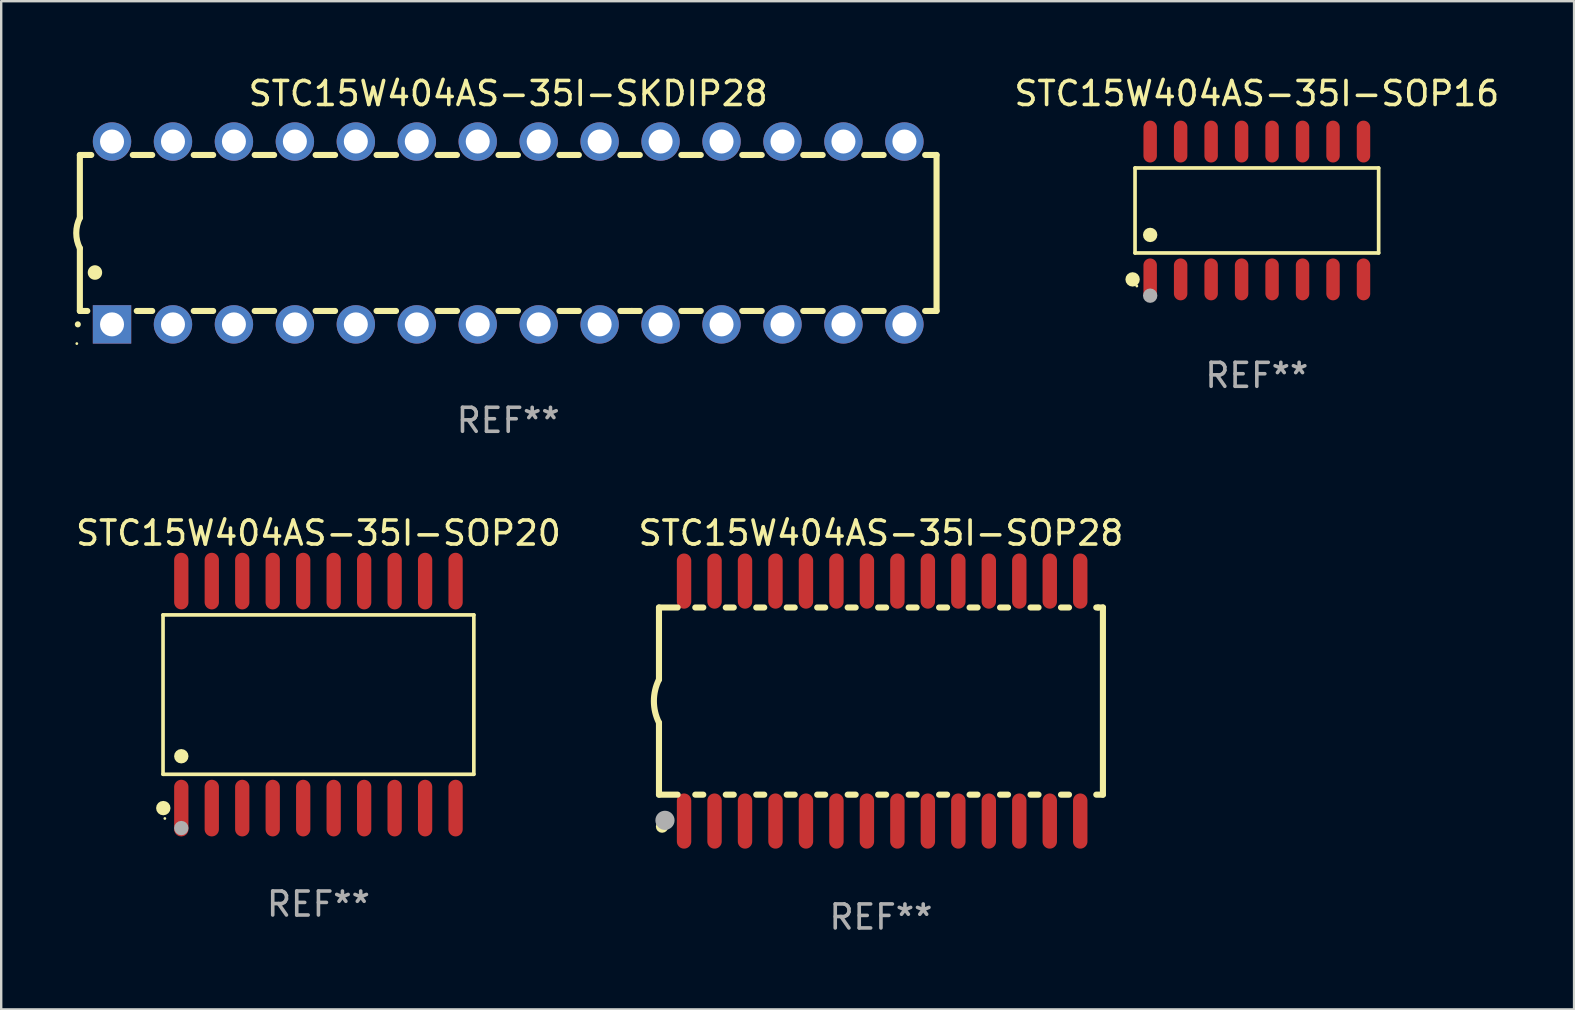
<source format=kicad_pcb>
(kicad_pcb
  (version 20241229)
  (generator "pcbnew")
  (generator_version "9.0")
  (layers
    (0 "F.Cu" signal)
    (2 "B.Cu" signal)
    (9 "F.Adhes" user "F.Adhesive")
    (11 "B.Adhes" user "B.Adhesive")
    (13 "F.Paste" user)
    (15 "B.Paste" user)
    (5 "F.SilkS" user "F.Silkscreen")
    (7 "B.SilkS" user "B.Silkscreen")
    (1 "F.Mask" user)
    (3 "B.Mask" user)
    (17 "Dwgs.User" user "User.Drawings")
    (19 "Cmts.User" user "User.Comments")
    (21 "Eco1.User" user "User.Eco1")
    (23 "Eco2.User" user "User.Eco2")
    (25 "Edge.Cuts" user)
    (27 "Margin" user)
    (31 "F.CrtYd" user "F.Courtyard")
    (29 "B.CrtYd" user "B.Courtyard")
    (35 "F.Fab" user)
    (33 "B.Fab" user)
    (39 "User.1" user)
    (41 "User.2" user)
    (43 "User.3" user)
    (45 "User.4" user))
  (footprint "STC15W404AS-35I-SOP16"
    (layer "F.Cu")
    (at 49.325 5.721)
    (property "Reference" "STC15W404AS-35I-SOP16" (at 0 -4.872 0) (layer "F.SilkS") (effects (font (size 1 1) (thickness 0.15))))
    (attr through_hole)
    (fp_line (start -5.076 -1.771) (end 5.076 -1.771) (stroke (width 0.152) (type solid)) (layer "F.SilkS"))
    (fp_line (start -5.076 1.771) (end -5.076 -1.771) (stroke (width 0.152) (type solid)) (layer "F.SilkS"))
    (fp_line (start 5.076 -1.771) (end 5.076 1.771) (stroke (width 0.152) (type solid)) (layer "F.SilkS"))
    (fp_line (start 5.076 1.771) (end -5.076 1.771) (stroke (width 0.152) (type solid)) (layer "F.SilkS"))
    (fp_circle (center -5.177 2.872) (end -5.027 2.872) (stroke (width 0.3) (type solid)) (fill no) (layer "F.SilkS"))
    (fp_circle (center -5 3.15) (end -4.97 3.15) (stroke (width 0.06) (type solid)) (fill no) (layer "F.SilkS"))
    (fp_circle (center -4.445 1.019) (end -4.295 1.019) (stroke (width 0.3) (type solid)) (fill no) (layer "F.SilkS"))
    (fp_circle (center -4.445 3.55) (end -4.295 3.55) (stroke (width 0.3) (type solid)) (fill no) (layer "F.Fab"))
    (fp_text user "REF**" (at 0 6.872 0) (layer "F.Fab") (effects (font (size 1 1) (thickness 0.15))))
    (pad "1" smd oval (at -4.445 2.872) (size 0.56 1.745) (layers "F.Cu" "F.Mask" "F.Paste"))
    (pad "2" smd oval (at -3.175 2.872) (size 0.56 1.745) (layers "F.Cu" "F.Mask" "F.Paste"))
    (pad "3" smd oval (at -1.905 2.872) (size 0.56 1.745) (layers "F.Cu" "F.Mask" "F.Paste"))
    (pad "4" smd oval (at -0.635 2.872) (size 0.56 1.745) (layers "F.Cu" "F.Mask" "F.Paste"))
    (pad "5" smd oval (at 0.635 2.872) (size 0.56 1.745) (layers "F.Cu" "F.Mask" "F.Paste"))
    (pad "6" smd oval (at 1.905 2.872) (size 0.56 1.745) (layers "F.Cu" "F.Mask" "F.Paste"))
    (pad "7" smd oval (at 3.175 2.872) (size 0.56 1.745) (layers "F.Cu" "F.Mask" "F.Paste"))
    (pad "8" smd oval (at 4.445 2.872) (size 0.56 1.745) (layers "F.Cu" "F.Mask" "F.Paste"))
    (pad "9" smd oval (at 4.445 -2.872) (size 0.56 1.745) (layers "F.Cu" "F.Mask" "F.Paste"))
    (pad "10" smd oval (at 3.175 -2.872) (size 0.56 1.745) (layers "F.Cu" "F.Mask" "F.Paste"))
    (pad "11" smd oval (at 1.905 -2.872) (size 0.56 1.745) (layers "F.Cu" "F.Mask" "F.Paste"))
    (pad "12" smd oval (at 0.635 -2.872) (size 0.56 1.745) (layers "F.Cu" "F.Mask" "F.Paste"))
    (pad "13" smd oval (at -0.635 -2.872) (size 0.56 1.745) (layers "F.Cu" "F.Mask" "F.Paste"))
    (pad "14" smd oval (at -1.905 -2.872) (size 0.56 1.745) (layers "F.Cu" "F.Mask" "F.Paste"))
    (pad "15" smd oval (at -3.175 -2.872) (size 0.56 1.745) (layers "F.Cu" "F.Mask" "F.Paste"))
    (pad "16" smd oval (at -4.445 -2.872) (size 0.56 1.745) (layers "F.Cu" "F.Mask" "F.Paste")))
  (footprint "STC15W404AS-35I-SOP28"
    (layer "F.Cu")
    (at 33.661 26.165)
    (property "Reference" "STC15W404AS-35I-SOP28" (at 0 -7 0) (layer "F.SilkS") (effects (font (size 1 1) (thickness 0.15))))
    (attr through_hole)
    (fp_line (start -9.25 -3.9) (end -9.25 -0.9) (stroke (width 0.254) (type solid)) (layer "F.SilkS"))
    (fp_line (start -9.25 -3.9) (end -8.473 -3.9) (stroke (width 0.254) (type solid)) (layer "F.SilkS"))
    (fp_line (start -9.25 3.9) (end -9.25 0.9) (stroke (width 0.254) (type solid)) (layer "F.SilkS"))
    (fp_line (start -9.25 3.9) (end -8.473 3.9) (stroke (width 0.254) (type solid)) (layer "F.SilkS"))
    (fp_line (start -7.737 -3.9) (end -7.403 -3.9) (stroke (width 0.254) (type solid)) (layer "F.SilkS"))
    (fp_line (start -7.737 3.9) (end -7.403 3.9) (stroke (width 0.254) (type solid)) (layer "F.SilkS"))
    (fp_line (start -6.467 3.9) (end -6.133 3.9) (stroke (width 0.254) (type solid)) (layer "F.SilkS"))
    (fp_line (start -6.467 -3.9) (end -6.133 -3.9) (stroke (width 0.254) (type solid)) (layer "F.SilkS"))
    (fp_line (start -5.197 3.9) (end -4.863 3.9) (stroke (width 0.254) (type solid)) (layer "F.SilkS"))
    (fp_line (start -5.197 -3.9) (end -4.863 -3.9) (stroke (width 0.254) (type solid)) (layer "F.SilkS"))
    (fp_line (start -3.927 3.9) (end -3.593 3.9) (stroke (width 0.254) (type solid)) (layer "F.SilkS"))
    (fp_line (start -3.927 -3.9) (end -3.593 -3.9) (stroke (width 0.254) (type solid)) (layer "F.SilkS"))
    (fp_line (start -2.657 3.9) (end -2.323 3.9) (stroke (width 0.254) (type solid)) (layer "F.SilkS"))
    (fp_line (start -2.657 -3.9) (end -2.323 -3.9) (stroke (width 0.254) (type solid)) (layer "F.SilkS"))
    (fp_line (start -1.387 3.9) (end -1.053 3.9) (stroke (width 0.254) (type solid)) (layer "F.SilkS"))
    (fp_line (start -1.387 -3.9) (end -1.053 -3.9) (stroke (width 0.254) (type solid)) (layer "F.SilkS"))
    (fp_line (start -0.117 3.9) (end 0.217 3.9) (stroke (width 0.254) (type solid)) (layer "F.SilkS"))
    (fp_line (start -0.117 -3.9) (end 0.217 -3.9) (stroke (width 0.254) (type solid)) (layer "F.SilkS"))
    (fp_line (start 1.153 3.9) (end 1.487 3.9) (stroke (width 0.254) (type solid)) (layer "F.SilkS"))
    (fp_line (start 1.153 -3.9) (end 1.487 -3.9) (stroke (width 0.254) (type solid)) (layer "F.SilkS"))
    (fp_line (start 2.423 3.9) (end 2.757 3.9) (stroke (width 0.254) (type solid)) (layer "F.SilkS"))
    (fp_line (start 2.423 -3.9) (end 2.757 -3.9) (stroke (width 0.254) (type solid)) (layer "F.SilkS"))
    (fp_line (start 3.693 3.9) (end 4.027 3.9) (stroke (width 0.254) (type solid)) (layer "F.SilkS"))
    (fp_line (start 3.693 -3.9) (end 4.027 -3.9) (stroke (width 0.254) (type solid)) (layer "F.SilkS"))
    (fp_line (start 4.963 3.9) (end 5.297 3.9) (stroke (width 0.254) (type solid)) (layer "F.SilkS"))
    (fp_line (start 4.963 -3.9) (end 5.297 -3.9) (stroke (width 0.254) (type solid)) (layer "F.SilkS"))
    (fp_line (start 6.233 3.9) (end 6.567 3.9) (stroke (width 0.254) (type solid)) (layer "F.SilkS"))
    (fp_line (start 6.233 -3.9) (end 6.567 -3.9) (stroke (width 0.254) (type solid)) (layer "F.SilkS"))
    (fp_line (start 7.503 -3.9) (end 7.837 -3.9) (stroke (width 0.254) (type solid)) (layer "F.SilkS"))
    (fp_line (start 7.503 3.9) (end 7.837 3.9) (stroke (width 0.254) (type solid)) (layer "F.SilkS"))
    (fp_line (start 8.973 -3.9) (end 9.05 -3.9) (stroke (width 0.254) (type solid)) (layer "F.SilkS"))
    (fp_line (start 8.973 3.9) (end 9.25 3.9) (stroke (width 0.254) (type solid)) (layer "F.SilkS"))
    (fp_line (start 9.05 -3.9) (end 9.25 -3.9) (stroke (width 0.254) (type solid)) (layer "F.SilkS"))
    (fp_line (start 9.25 -3.9) (end 9.25 3.9) (stroke (width 0.254) (type solid)) (layer "F.SilkS"))
    (fp_arc (start -9.249619 0.900432) (mid -9.462013 0.000246) (end -9.249873 -0.9) (stroke (width 0.254001) (type solid)) (layer "F.SilkS"))
    (fp_circle (center -9.2 5.3) (end -9.17 5.3) (stroke (width 0.06) (type solid)) (fill no) (layer "F.SilkS"))
    (fp_circle (center -9.12 5.23) (end -8.988 5.23) (stroke (width 0.254) (type solid)) (fill no) (layer "F.SilkS"))
    (fp_circle (center -9 4.97) (end -8.8 4.97) (stroke (width 0.4) (type solid)) (fill no) (layer "F.Fab"))
    (fp_text user "REF**" (at 0 9 0) (layer "F.Fab") (effects (font (size 1 1) (thickness 0.15))))
    (pad "1" smd oval (at -8.205 5) (size 0.6 2.3) (layers "F.Cu" "F.Mask" "F.Paste"))
    (pad "2" smd oval (at -6.935 5) (size 0.6 2.3) (layers "F.Cu" "F.Mask" "F.Paste"))
    (pad "3" smd oval (at -5.665 5) (size 0.6 2.3) (layers "F.Cu" "F.Mask" "F.Paste"))
    (pad "4" smd oval (at -4.395 5) (size 0.6 2.3) (layers "F.Cu" "F.Mask" "F.Paste"))
    (pad "5" smd oval (at -3.125 5) (size 0.6 2.3) (layers "F.Cu" "F.Mask" "F.Paste"))
    (pad "6" smd oval (at -1.855 5) (size 0.6 2.3) (layers "F.Cu" "F.Mask" "F.Paste"))
    (pad "7" smd oval (at -0.585 5) (size 0.6 2.3) (layers "F.Cu" "F.Mask" "F.Paste"))
    (pad "8" smd oval (at 0.685 5) (size 0.6 2.3) (layers "F.Cu" "F.Mask" "F.Paste"))
    (pad "9" smd oval (at 1.955 5) (size 0.6 2.3) (layers "F.Cu" "F.Mask" "F.Paste"))
    (pad "10" smd oval (at 3.225 5) (size 0.6 2.3) (layers "F.Cu" "F.Mask" "F.Paste"))
    (pad "11" smd oval (at 4.495 5) (size 0.6 2.3) (layers "F.Cu" "F.Mask" "F.Paste"))
    (pad "12" smd oval (at 5.765 5) (size 0.6 2.3) (layers "F.Cu" "F.Mask" "F.Paste"))
    (pad "13" smd oval (at 7.035 5) (size 0.6 2.3) (layers "F.Cu" "F.Mask" "F.Paste"))
    (pad "14" smd oval (at 8.305 5) (size 0.6 2.3) (layers "F.Cu" "F.Mask" "F.Paste"))
    (pad "15" smd oval (at 8.305 -5) (size 0.6 2.3) (layers "F.Cu" "F.Mask" "F.Paste"))
    (pad "16" smd oval (at 7.035 -5) (size 0.6 2.3) (layers "F.Cu" "F.Mask" "F.Paste"))
    (pad "17" smd oval (at 5.765 -5) (size 0.6 2.3) (layers "F.Cu" "F.Mask" "F.Paste"))
    (pad "18" smd oval (at 4.495 -5) (size 0.6 2.3) (layers "F.Cu" "F.Mask" "F.Paste"))
    (pad "19" smd oval (at 3.225 -5) (size 0.6 2.3) (layers "F.Cu" "F.Mask" "F.Paste"))
    (pad "20" smd oval (at 1.955 -5) (size 0.6 2.3) (layers "F.Cu" "F.Mask" "F.Paste"))
    (pad "21" smd oval (at 0.685 -5) (size 0.6 2.3) (layers "F.Cu" "F.Mask" "F.Paste"))
    (pad "22" smd oval (at -0.585 -5) (size 0.6 2.3) (layers "F.Cu" "F.Mask" "F.Paste"))
    (pad "23" smd oval (at -1.855 -5) (size 0.6 2.3) (layers "F.Cu" "F.Mask" "F.Paste"))
    (pad "24" smd oval (at -3.125 -5) (size 0.6 2.3) (layers "F.Cu" "F.Mask" "F.Paste"))
    (pad "25" smd oval (at -4.395 -5) (size 0.6 2.3) (layers "F.Cu" "F.Mask" "F.Paste"))
    (pad "26" smd oval (at -5.665 -5) (size 0.6 2.3) (layers "F.Cu" "F.Mask" "F.Paste"))
    (pad "27" smd oval (at -6.935 -5) (size 0.6 2.3) (layers "F.Cu" "F.Mask" "F.Paste"))
    (pad "28" smd oval (at -8.205 -5) (size 0.6 2.3) (layers "F.Cu" "F.Mask" "F.Paste")))
  (footprint "STC15W404AS-35I-SOP20"
    (layer "F.Cu")
    (at 10.22 25.895)
    (property "Reference" "STC15W404AS-35I-SOP20" (at 0 -6.73 0) (layer "F.SilkS") (effects (font (size 1 1) (thickness 0.15))))
    (attr through_hole)
    (fp_line (start -6.476 -3.321) (end 6.476 -3.321) (stroke (width 0.152) (type solid)) (layer "F.SilkS"))
    (fp_line (start -6.476 3.321) (end -6.476 -3.321) (stroke (width 0.152) (type solid)) (layer "F.SilkS"))
    (fp_line (start 6.476 -3.321) (end 6.476 3.321) (stroke (width 0.152) (type solid)) (layer "F.SilkS"))
    (fp_line (start 6.476 3.321) (end -6.476 3.321) (stroke (width 0.152) (type solid)) (layer "F.SilkS"))
    (fp_circle (center -6.465 4.73) (end -6.315 4.73) (stroke (width 0.3) (type solid)) (fill no) (layer "F.SilkS"))
    (fp_circle (center -6.4 5.163) (end -6.37 5.163) (stroke (width 0.06) (type solid)) (fill no) (layer "F.SilkS"))
    (fp_circle (center -5.715 2.569) (end -5.565 2.569) (stroke (width 0.3) (type solid)) (fill no) (layer "F.SilkS"))
    (fp_circle (center -5.715 5.563) (end -5.565 5.563) (stroke (width 0.3) (type solid)) (fill no) (layer "F.Fab"))
    (fp_text user "REF**" (at 0 8.73 0) (layer "F.Fab") (effects (font (size 1 1) (thickness 0.15))))
    (pad "1" smd oval (at -5.715 4.73) (size 0.595 2.36) (layers "F.Cu" "F.Mask" "F.Paste"))
    (pad "2" smd oval (at -4.445 4.73) (size 0.595 2.36) (layers "F.Cu" "F.Mask" "F.Paste"))
    (pad "3" smd oval (at -3.175 4.73) (size 0.595 2.36) (layers "F.Cu" "F.Mask" "F.Paste"))
    (pad "4" smd oval (at -1.905 4.73) (size 0.595 2.36) (layers "F.Cu" "F.Mask" "F.Paste"))
    (pad "5" smd oval (at -0.635 4.73) (size 0.595 2.36) (layers "F.Cu" "F.Mask" "F.Paste"))
    (pad "6" smd oval (at 0.635 4.73) (size 0.595 2.36) (layers "F.Cu" "F.Mask" "F.Paste"))
    (pad "7" smd oval (at 1.905 4.73) (size 0.595 2.36) (layers "F.Cu" "F.Mask" "F.Paste"))
    (pad "8" smd oval (at 3.175 4.73) (size 0.595 2.36) (layers "F.Cu" "F.Mask" "F.Paste"))
    (pad "9" smd oval (at 4.445 4.73) (size 0.595 2.36) (layers "F.Cu" "F.Mask" "F.Paste"))
    (pad "10" smd oval (at 5.715 4.73) (size 0.595 2.36) (layers "F.Cu" "F.Mask" "F.Paste"))
    (pad "11" smd oval (at 5.715 -4.73) (size 0.595 2.36) (layers "F.Cu" "F.Mask" "F.Paste"))
    (pad "12" smd oval (at 4.445 -4.73) (size 0.595 2.36) (layers "F.Cu" "F.Mask" "F.Paste"))
    (pad "13" smd oval (at 3.175 -4.73) (size 0.595 2.36) (layers "F.Cu" "F.Mask" "F.Paste"))
    (pad "14" smd oval (at 1.905 -4.73) (size 0.595 2.36) (layers "F.Cu" "F.Mask" "F.Paste"))
    (pad "15" smd oval (at 0.635 -4.73) (size 0.595 2.36) (layers "F.Cu" "F.Mask" "F.Paste"))
    (pad "16" smd oval (at -0.635 -4.73) (size 0.595 2.36) (layers "F.Cu" "F.Mask" "F.Paste"))
    (pad "17" smd oval (at -1.905 -4.73) (size 0.595 2.36) (layers "F.Cu" "F.Mask" "F.Paste"))
    (pad "18" smd oval (at -3.175 -4.73) (size 0.595 2.36) (layers "F.Cu" "F.Mask" "F.Paste"))
    (pad "19" smd oval (at -4.445 -4.73) (size 0.595 2.36) (layers "F.Cu" "F.Mask" "F.Paste"))
    (pad "20" smd oval (at -5.715 -4.73) (size 0.595 2.36) (layers "F.Cu" "F.Mask" "F.Paste")))
  (footprint "STC15W404AS-35I-SKDIP28"
    (layer "F.Cu")
    (at 18.128 6.658)
    (property "Reference" "STC15W404AS-35I-SKDIP28" (at 0 -5.81 0) (layer "F.SilkS") (effects (font (size 1 1) (thickness 0.15))))
    (attr through_hole)
    (fp_line (start -17.85 -3.25) (end -17.85 -0.635) (stroke (width 0.254) (type solid)) (layer "F.SilkS"))
    (fp_line (start -17.85 3.25) (end -17.85 0.635) (stroke (width 0.254) (type solid)) (layer "F.SilkS"))
    (fp_line (start -17.85 3.25) (end -17.541 3.25) (stroke (width 0.254) (type solid)) (layer "F.SilkS"))
    (fp_line (start -17.375 -3.25) (end -17.85 -3.25) (stroke (width 0.254) (type solid)) (layer "F.SilkS"))
    (fp_line (start -15.479 3.25) (end -14.835 3.25) (stroke (width 0.254) (type solid)) (layer "F.SilkS"))
    (fp_line (start -14.835 -3.25) (end -15.645 -3.25) (stroke (width 0.254) (type solid)) (layer "F.SilkS"))
    (fp_line (start -13.105 3.25) (end -12.295 3.25) (stroke (width 0.254) (type solid)) (layer "F.SilkS"))
    (fp_line (start -12.295 -3.25) (end -13.105 -3.25) (stroke (width 0.254) (type solid)) (layer "F.SilkS"))
    (fp_line (start -10.565 3.25) (end -9.755 3.25) (stroke (width 0.254) (type solid)) (layer "F.SilkS"))
    (fp_line (start -9.755 -3.25) (end -10.565 -3.25) (stroke (width 0.254) (type solid)) (layer "F.SilkS"))
    (fp_line (start -8.025 3.25) (end -7.215 3.25) (stroke (width 0.254) (type solid)) (layer "F.SilkS"))
    (fp_line (start -7.215 -3.25) (end -8.025 -3.25) (stroke (width 0.254) (type solid)) (layer "F.SilkS"))
    (fp_line (start -5.485 3.25) (end -4.675 3.25) (stroke (width 0.254) (type solid)) (layer "F.SilkS"))
    (fp_line (start -4.675 -3.25) (end -5.485 -3.25) (stroke (width 0.254) (type solid)) (layer "F.SilkS"))
    (fp_line (start -2.945 3.25) (end -2.135 3.25) (stroke (width 0.254) (type solid)) (layer "F.SilkS"))
    (fp_line (start -2.135 -3.25) (end -2.945 -3.25) (stroke (width 0.254) (type solid)) (layer "F.SilkS"))
    (fp_line (start -0.405 3.25) (end 0.405 3.25) (stroke (width 0.254) (type solid)) (layer "F.SilkS"))
    (fp_line (start 0.405 -3.25) (end -0.405 -3.25) (stroke (width 0.254) (type solid)) (layer "F.SilkS"))
    (fp_line (start 2.135 3.25) (end 2.945 3.25) (stroke (width 0.254) (type solid)) (layer "F.SilkS"))
    (fp_line (start 2.945 -3.25) (end 2.135 -3.25) (stroke (width 0.254) (type solid)) (layer "F.SilkS"))
    (fp_line (start 4.675 3.25) (end 5.15 3.25) (stroke (width 0.254) (type solid)) (layer "F.SilkS"))
    (fp_line (start 5.15 -3.25) (end 4.675 -3.25) (stroke (width 0.254) (type solid)) (layer "F.SilkS"))
    (fp_line (start 5.15 -3.25) (end 5.485 -3.25) (stroke (width 0.254) (type solid)) (layer "F.SilkS"))
    (fp_line (start 5.15 3.25) (end 5.485 3.25) (stroke (width 0.254) (type solid)) (layer "F.SilkS"))
    (fp_line (start 7.215 -3.25) (end 8.025 -3.25) (stroke (width 0.254) (type solid)) (layer "F.SilkS"))
    (fp_line (start 7.215 3.25) (end 8.025 3.25) (stroke (width 0.254) (type solid)) (layer "F.SilkS"))
    (fp_line (start 9.755 -3.25) (end 10.565 -3.25) (stroke (width 0.254) (type solid)) (layer "F.SilkS"))
    (fp_line (start 9.755 3.25) (end 10.565 3.25) (stroke (width 0.254) (type solid)) (layer "F.SilkS"))
    (fp_line (start 12.295 -3.25) (end 13.105 -3.25) (stroke (width 0.254) (type solid)) (layer "F.SilkS"))
    (fp_line (start 12.295 3.25) (end 13.105 3.25) (stroke (width 0.254) (type solid)) (layer "F.SilkS"))
    (fp_line (start 14.835 -3.25) (end 15.645 -3.25) (stroke (width 0.254) (type solid)) (layer "F.SilkS"))
    (fp_line (start 14.835 3.25) (end 15.645 3.25) (stroke (width 0.254) (type solid)) (layer "F.SilkS"))
    (fp_line (start 17.375 -3.25) (end 17.85 -3.25) (stroke (width 0.254) (type solid)) (layer "F.SilkS"))
    (fp_line (start 17.375 3.25) (end 17.85 3.25) (stroke (width 0.254) (type solid)) (layer "F.SilkS"))
    (fp_line (start 17.85 -3.25) (end 17.85 3.25) (stroke (width 0.254) (type solid)) (layer "F.SilkS"))
    (fp_arc (start -17.934976 3.810008) (mid -17.934983 3.808738) (end -17.934976 3.807468) (stroke (width 0.25) (type solid)) (layer "F.SilkS"))
    (fp_arc (start -17.851155 0.635002) (mid -18.000677 -0.000132) (end -17.850038 -0.635001) (stroke (width 0.254001) (type solid)) (layer "F.SilkS"))
    (fp_arc (start -17.221234 1.651003) (mid -17.221245 1.648463) (end -17.221234 1.645923) (stroke (width 0.6) (type solid)) (layer "F.SilkS"))
    (fp_circle (center -17.977 4.61) (end -17.947 4.61) (stroke (width 0.06) (type solid)) (fill no) (layer "F.SilkS"))
    (fp_text user "REF**" (at 0 7.81 0) (layer "F.Fab") (effects (font (size 1 1) (thickness 0.15))))
    (pad "1" thru_hole rect (at -16.51 3.81 90) (size 1.6 1.6) (drill 1) (layers "*.Cu" "*.Mask"))
    (pad "2" thru_hole circle (at -13.97 3.81 90) (size 1.6 1.6) (drill 1) (layers "*.Cu" "*.Mask"))
    (pad "3" thru_hole circle (at -11.43 3.81 90) (size 1.6 1.6) (drill 1) (layers "*.Cu" "*.Mask"))
    (pad "4" thru_hole circle (at -8.89 3.81 90) (size 1.6 1.6) (drill 1) (layers "*.Cu" "*.Mask"))
    (pad "5" thru_hole circle (at -6.35 3.81 90) (size 1.6 1.6) (drill 1) (layers "*.Cu" "*.Mask"))
    (pad "6" thru_hole circle (at -3.81 3.81 90) (size 1.6 1.6) (drill 1) (layers "*.Cu" "*.Mask"))
    (pad "7" thru_hole circle (at -1.27 3.81 90) (size 1.6 1.6) (drill 1) (layers "*.Cu" "*.Mask"))
    (pad "8" thru_hole circle (at 1.27 3.81 90) (size 1.6 1.6) (drill 1) (layers "*.Cu" "*.Mask"))
    (pad "9" thru_hole circle (at 3.81 3.81 90) (size 1.6 1.6) (drill 1) (layers "*.Cu" "*.Mask"))
    (pad "10" thru_hole circle (at 6.35 3.81 90) (size 1.6 1.6) (drill 1) (layers "*.Cu" "*.Mask"))
    (pad "11" thru_hole circle (at 8.89 3.81 90) (size 1.6 1.6) (drill 1) (layers "*.Cu" "*.Mask"))
    (pad "12" thru_hole circle (at 11.43 3.81 90) (size 1.6 1.6) (drill 1) (layers "*.Cu" "*.Mask"))
    (pad "13" thru_hole circle (at 13.97 3.81 90) (size 1.6 1.6) (drill 1) (layers "*.Cu" "*.Mask"))
    (pad "14" thru_hole circle (at 16.51 3.81 90) (size 1.6 1.6) (drill 1) (layers "*.Cu" "*.Mask"))
    (pad "15" thru_hole circle (at 16.51 -3.81 90) (size 1.6 1.6) (drill 1) (layers "*.Cu" "*.Mask"))
    (pad "16" thru_hole circle (at 13.97 -3.81 90) (size 1.6 1.6) (drill 1) (layers "*.Cu" "*.Mask"))
    (pad "17" thru_hole circle (at 11.43 -3.81 90) (size 1.6 1.6) (drill 1) (layers "*.Cu" "*.Mask"))
    (pad "18" thru_hole circle (at 8.89 -3.81 90) (size 1.6 1.6) (drill 1) (layers "*.Cu" "*.Mask"))
    (pad "19" thru_hole circle (at 6.35 -3.81 90) (size 1.6 1.6) (drill 1) (layers "*.Cu" "*.Mask"))
    (pad "20" thru_hole circle (at 3.81 -3.81 90) (size 1.6 1.6) (drill 1) (layers "*.Cu" "*.Mask"))
    (pad "21" thru_hole circle (at 1.27 -3.81 90) (size 1.6 1.6) (drill 1) (layers "*.Cu" "*.Mask"))
    (pad "22" thru_hole circle (at -1.27 -3.81 90) (size 1.6 1.6) (drill 1) (layers "*.Cu" "*.Mask"))
    (pad "23" thru_hole circle (at -3.81 -3.81 90) (size 1.6 1.6) (drill 1) (layers "*.Cu" "*.Mask"))
    (pad "24" thru_hole circle (at -6.35 -3.81 90) (size 1.6 1.6) (drill 1) (layers "*.Cu" "*.Mask"))
    (pad "25" thru_hole circle (at -8.89 -3.81 90) (size 1.6 1.6) (drill 1) (layers "*.Cu" "*.Mask"))
    (pad "26" thru_hole circle (at -11.43 -3.81 90) (size 1.6 1.6) (drill 1) (layers "*.Cu" "*.Mask"))
    (pad "27" thru_hole circle (at -13.97 -3.81 90) (size 1.6 1.6) (drill 1) (layers "*.Cu" "*.Mask"))
    (pad "28" thru_hole circle (at -16.51 -3.81 90) (size 1.6 1.6) (drill 1) (layers "*.Cu" "*.Mask")))
  (gr_rect
    (start -3 -3)
    (end 62.545 39.013)
    (stroke (width 0.1) (type default))
    (fill no)
    (layer "Edge.Cuts")))
</source>
